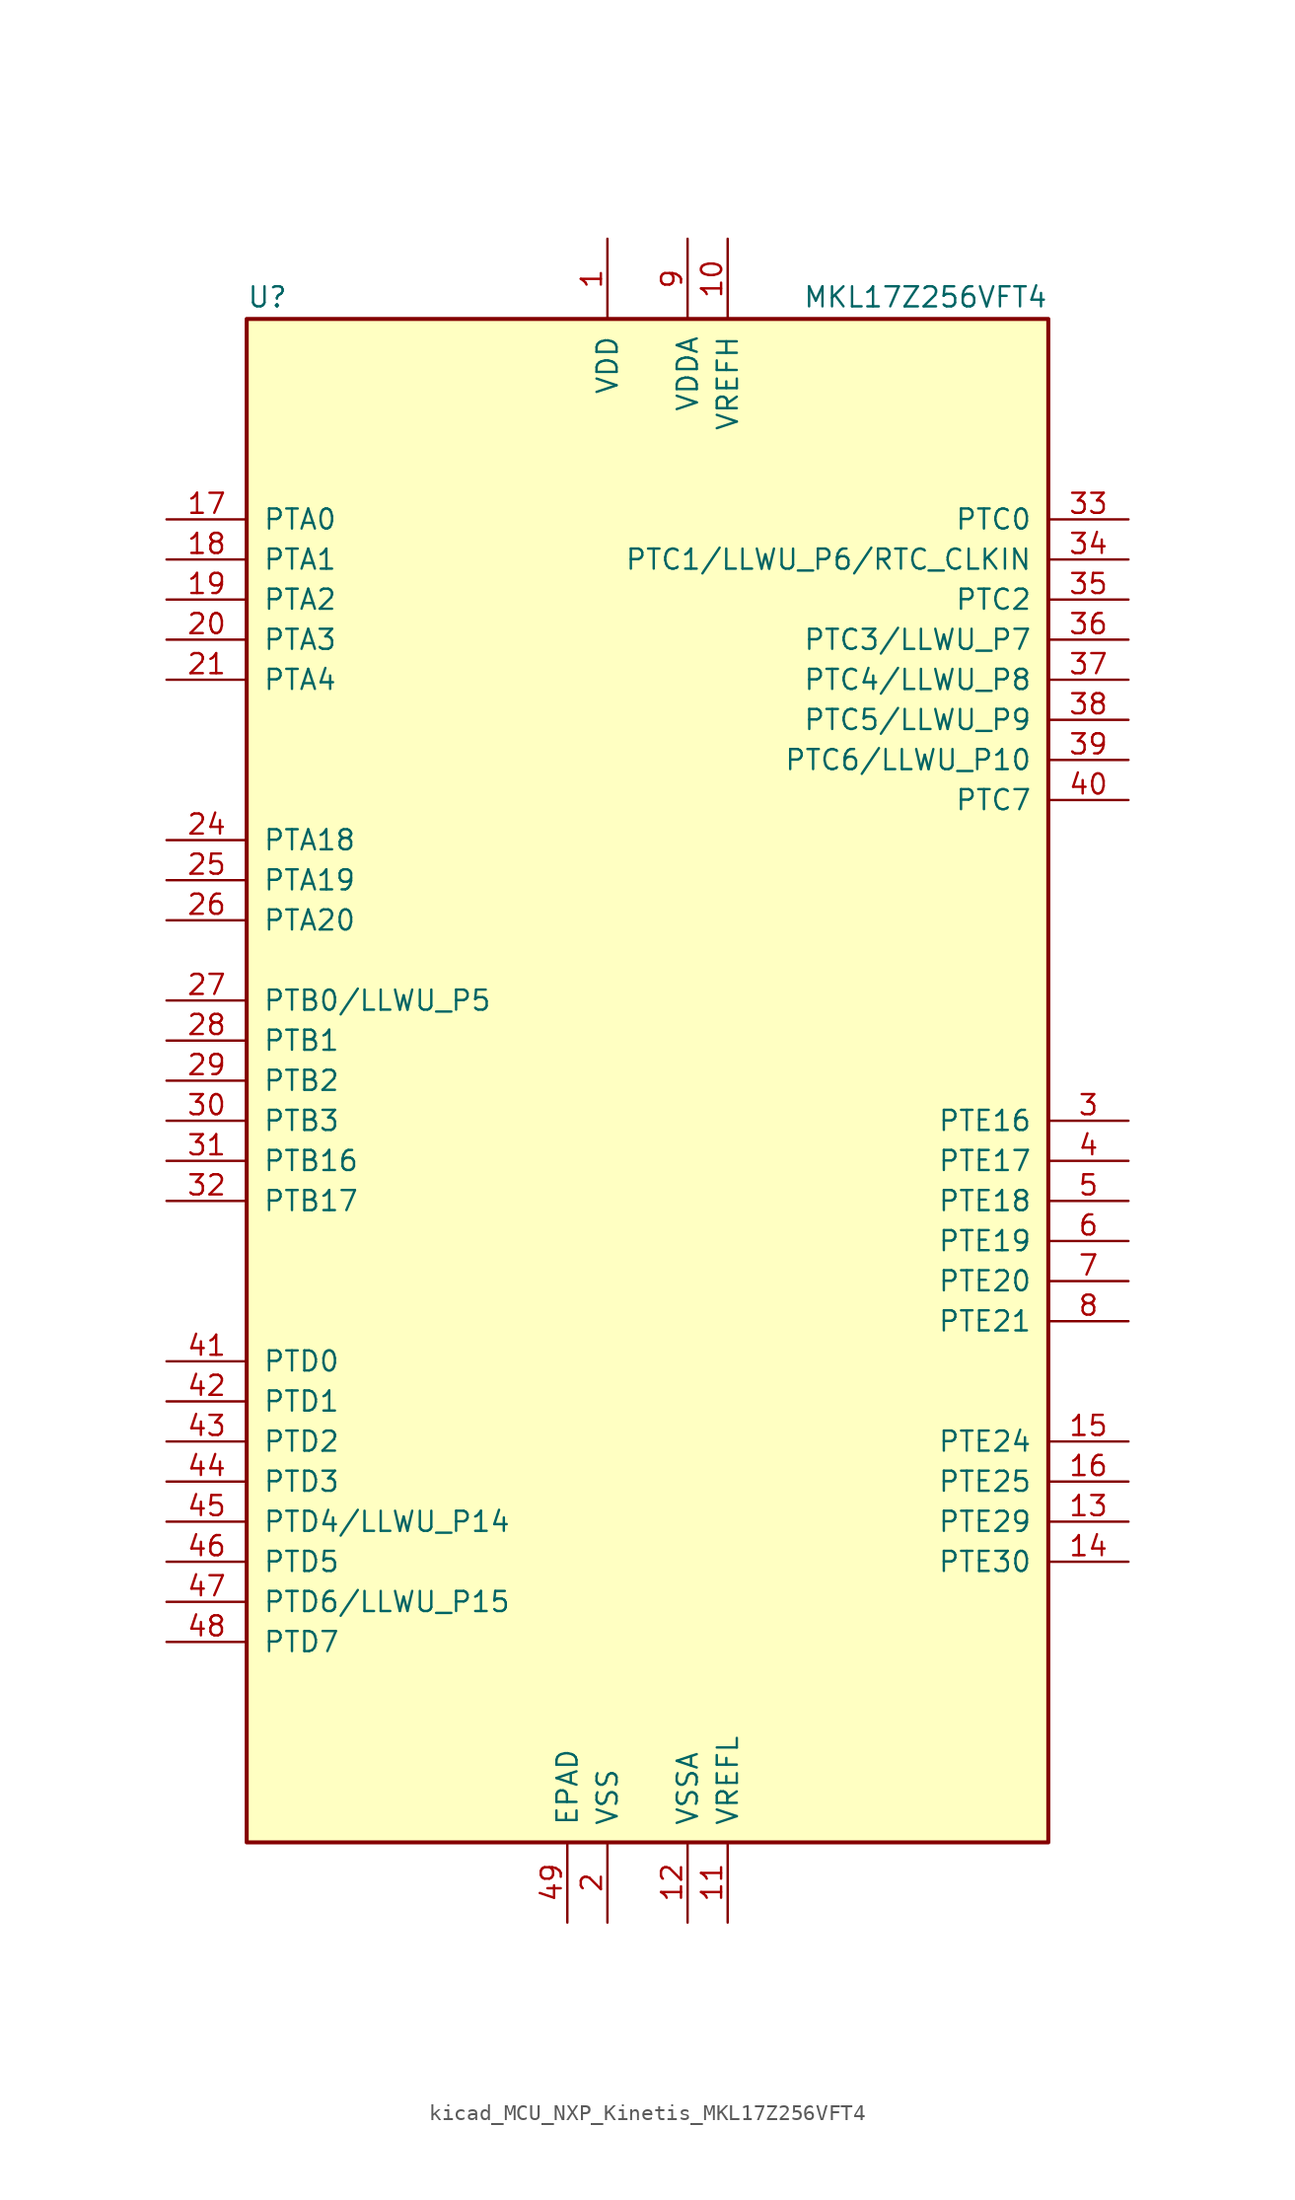
<source format=kicad_sym>
(kicad_symbol_lib
  (version 20220914)
  (generator kicad_symbol_editor)
  (symbol "kicad_MCU_NXP_Kinetis_MKL17Z256VFT4"
    (pin_names
      (offset 1.016))
    (property "Reference" "U"
      (at -25.4 48.895 0)
      (effects (font (size 1.27 1.27)) (justify left bottom)))
    (property "Value" "MKL17Z256VFT4"
      (at 25.4 48.895 0)
      (effects (font (size 1.27 1.27)) (justify right bottom)))
    (symbol "kicad_MCU_NXP_Kinetis_MKL17Z256VFT4_0_1"
      (rectangle (start -25.4 48.26) (end 25.4 -48.26) (stroke (width 0.254) (type default)) (fill (type background))))
    (symbol "kicad_MCU_NXP_Kinetis_MKL17Z256VFT4_1_1"
      (pin power_in line (at -2.54 53.34 270) (length 5.08) (name "VDD" (effects (font (size 1.27 1.27)))) (number "1" (effects (font (size 1.27 1.27)))))
      (pin power_in line (at 5.08 53.34 270) (length 5.08) (name "VREFH" (effects (font (size 1.27 1.27)))) (number "10" (effects (font (size 1.27 1.27)))))
      (pin power_in line (at 5.08 -53.34 90) (length 5.08) (name "VREFL" (effects (font (size 1.27 1.27)))) (number "11" (effects (font (size 1.27 1.27)))))
      (pin power_in line (at 2.54 -53.34 90) (length 5.08) (name "VSSA" (effects (font (size 1.27 1.27)))) (number "12" (effects (font (size 1.27 1.27)))))
      (pin bidirectional line (at 30.48 -27.94 180) (length 5.08) (name "PTE29" (effects (font (size 1.27 1.27)))) (number "13" (effects (font (size 1.27 1.27)))))
      (pin bidirectional line (at 30.48 -30.48 180) (length 5.08) (name "PTE30" (effects (font (size 1.27 1.27)))) (number "14" (effects (font (size 1.27 1.27)))))
      (pin bidirectional line (at 30.48 -22.86 180) (length 5.08) (name "PTE24" (effects (font (size 1.27 1.27)))) (number "15" (effects (font (size 1.27 1.27)))))
      (pin bidirectional line (at 30.48 -25.4 180) (length 5.08) (name "PTE25" (effects (font (size 1.27 1.27)))) (number "16" (effects (font (size 1.27 1.27)))))
      (pin bidirectional line (at -30.48 35.56 0) (length 5.08) (name "PTA0" (effects (font (size 1.27 1.27)))) (number "17" (effects (font (size 1.27 1.27)))))
      (pin bidirectional line (at -30.48 33.02 0) (length 5.08) (name "PTA1" (effects (font (size 1.27 1.27)))) (number "18" (effects (font (size 1.27 1.27)))))
      (pin bidirectional line (at -30.48 30.48 0) (length 5.08) (name "PTA2" (effects (font (size 1.27 1.27)))) (number "19" (effects (font (size 1.27 1.27)))))
      (pin power_in line (at -2.54 -53.34 90) (length 5.08) (name "VSS" (effects (font (size 1.27 1.27)))) (number "2" (effects (font (size 1.27 1.27)))))
      (pin bidirectional line (at -30.48 27.94 0) (length 5.08) (name "PTA3" (effects (font (size 1.27 1.27)))) (number "20" (effects (font (size 1.27 1.27)))))
      (pin bidirectional line (at -30.48 25.4 0) (length 5.08) (name "PTA4" (effects (font (size 1.27 1.27)))) (number "21" (effects (font (size 1.27 1.27)))))
      (pin passive line (at -2.54 53.34 270) (length 5.08) hide (name "VDD" (effects (font (size 1.27 1.27)))) (number "22" (effects (font (size 1.27 1.27)))))
      (pin passive line (at -2.54 -53.34 90) (length 5.08) hide (name "VSS" (effects (font (size 1.27 1.27)))) (number "23" (effects (font (size 1.27 1.27)))))
      (pin bidirectional line (at -30.48 15.24 0) (length 5.08) (name "PTA18" (effects (font (size 1.27 1.27)))) (number "24" (effects (font (size 1.27 1.27)))))
      (pin bidirectional line (at -30.48 12.7 0) (length 5.08) (name "PTA19" (effects (font (size 1.27 1.27)))) (number "25" (effects (font (size 1.27 1.27)))))
      (pin bidirectional line (at -30.48 10.16 0) (length 5.08) (name "PTA20" (effects (font (size 1.27 1.27)))) (number "26" (effects (font (size 1.27 1.27)))))
      (pin bidirectional line (at -30.48 5.08 0) (length 5.08) (name "PTB0/LLWU_P5" (effects (font (size 1.27 1.27)))) (number "27" (effects (font (size 1.27 1.27)))))
      (pin bidirectional line (at -30.48 2.54 0) (length 5.08) (name "PTB1" (effects (font (size 1.27 1.27)))) (number "28" (effects (font (size 1.27 1.27)))))
      (pin bidirectional line (at -30.48 0 0) (length 5.08) (name "PTB2" (effects (font (size 1.27 1.27)))) (number "29" (effects (font (size 1.27 1.27)))))
      (pin bidirectional line (at 30.48 -2.54 180) (length 5.08) (name "PTE16" (effects (font (size 1.27 1.27)))) (number "3" (effects (font (size 1.27 1.27)))))
      (pin bidirectional line (at -30.48 -2.54 0) (length 5.08) (name "PTB3" (effects (font (size 1.27 1.27)))) (number "30" (effects (font (size 1.27 1.27)))))
      (pin bidirectional line (at -30.48 -5.08 0) (length 5.08) (name "PTB16" (effects (font (size 1.27 1.27)))) (number "31" (effects (font (size 1.27 1.27)))))
      (pin bidirectional line (at -30.48 -7.62 0) (length 5.08) (name "PTB17" (effects (font (size 1.27 1.27)))) (number "32" (effects (font (size 1.27 1.27)))))
      (pin bidirectional line (at 30.48 35.56 180) (length 5.08) (name "PTC0" (effects (font (size 1.27 1.27)))) (number "33" (effects (font (size 1.27 1.27)))))
      (pin bidirectional line (at 30.48 33.02 180) (length 5.08) (name "PTC1/LLWU_P6/RTC_CLKIN" (effects (font (size 1.27 1.27)))) (number "34" (effects (font (size 1.27 1.27)))))
      (pin bidirectional line (at 30.48 30.48 180) (length 5.08) (name "PTC2" (effects (font (size 1.27 1.27)))) (number "35" (effects (font (size 1.27 1.27)))))
      (pin bidirectional line (at 30.48 27.94 180) (length 5.08) (name "PTC3/LLWU_P7" (effects (font (size 1.27 1.27)))) (number "36" (effects (font (size 1.27 1.27)))))
      (pin bidirectional line (at 30.48 25.4 180) (length 5.08) (name "PTC4/LLWU_P8" (effects (font (size 1.27 1.27)))) (number "37" (effects (font (size 1.27 1.27)))))
      (pin bidirectional line (at 30.48 22.86 180) (length 5.08) (name "PTC5/LLWU_P9" (effects (font (size 1.27 1.27)))) (number "38" (effects (font (size 1.27 1.27)))))
      (pin bidirectional line (at 30.48 20.32 180) (length 5.08) (name "PTC6/LLWU_P10" (effects (font (size 1.27 1.27)))) (number "39" (effects (font (size 1.27 1.27)))))
      (pin bidirectional line (at 30.48 -5.08 180) (length 5.08) (name "PTE17" (effects (font (size 1.27 1.27)))) (number "4" (effects (font (size 1.27 1.27)))))
      (pin bidirectional line (at 30.48 17.78 180) (length 5.08) (name "PTC7" (effects (font (size 1.27 1.27)))) (number "40" (effects (font (size 1.27 1.27)))))
      (pin bidirectional line (at -30.48 -17.78 0) (length 5.08) (name "PTD0" (effects (font (size 1.27 1.27)))) (number "41" (effects (font (size 1.27 1.27)))))
      (pin bidirectional line (at -30.48 -20.32 0) (length 5.08) (name "PTD1" (effects (font (size 1.27 1.27)))) (number "42" (effects (font (size 1.27 1.27)))))
      (pin bidirectional line (at -30.48 -22.86 0) (length 5.08) (name "PTD2" (effects (font (size 1.27 1.27)))) (number "43" (effects (font (size 1.27 1.27)))))
      (pin bidirectional line (at -30.48 -25.4 0) (length 5.08) (name "PTD3" (effects (font (size 1.27 1.27)))) (number "44" (effects (font (size 1.27 1.27)))))
      (pin bidirectional line (at -30.48 -27.94 0) (length 5.08) (name "PTD4/LLWU_P14" (effects (font (size 1.27 1.27)))) (number "45" (effects (font (size 1.27 1.27)))))
      (pin bidirectional line (at -30.48 -30.48 0) (length 5.08) (name "PTD5" (effects (font (size 1.27 1.27)))) (number "46" (effects (font (size 1.27 1.27)))))
      (pin bidirectional line (at -30.48 -33.02 0) (length 5.08) (name "PTD6/LLWU_P15" (effects (font (size 1.27 1.27)))) (number "47" (effects (font (size 1.27 1.27)))))
      (pin bidirectional line (at -30.48 -35.56 0) (length 5.08) (name "PTD7" (effects (font (size 1.27 1.27)))) (number "48" (effects (font (size 1.27 1.27)))))
      (pin power_in line (at -5.08 -53.34 90) (length 5.08) (name "EPAD" (effects (font (size 1.27 1.27)))) (number "49" (effects (font (size 1.27 1.27)))))
      (pin bidirectional line (at 30.48 -7.62 180) (length 5.08) (name "PTE18" (effects (font (size 1.27 1.27)))) (number "5" (effects (font (size 1.27 1.27)))))
      (pin bidirectional line (at 30.48 -10.16 180) (length 5.08) (name "PTE19" (effects (font (size 1.27 1.27)))) (number "6" (effects (font (size 1.27 1.27)))))
      (pin bidirectional line (at 30.48 -12.7 180) (length 5.08) (name "PTE20" (effects (font (size 1.27 1.27)))) (number "7" (effects (font (size 1.27 1.27)))))
      (pin bidirectional line (at 30.48 -15.24 180) (length 5.08) (name "PTE21" (effects (font (size 1.27 1.27)))) (number "8" (effects (font (size 1.27 1.27)))))
      (pin power_in line (at 2.54 53.34 270) (length 5.08) (name "VDDA" (effects (font (size 1.27 1.27)))) (number "9" (effects (font (size 1.27 1.27))))))))
</source>
